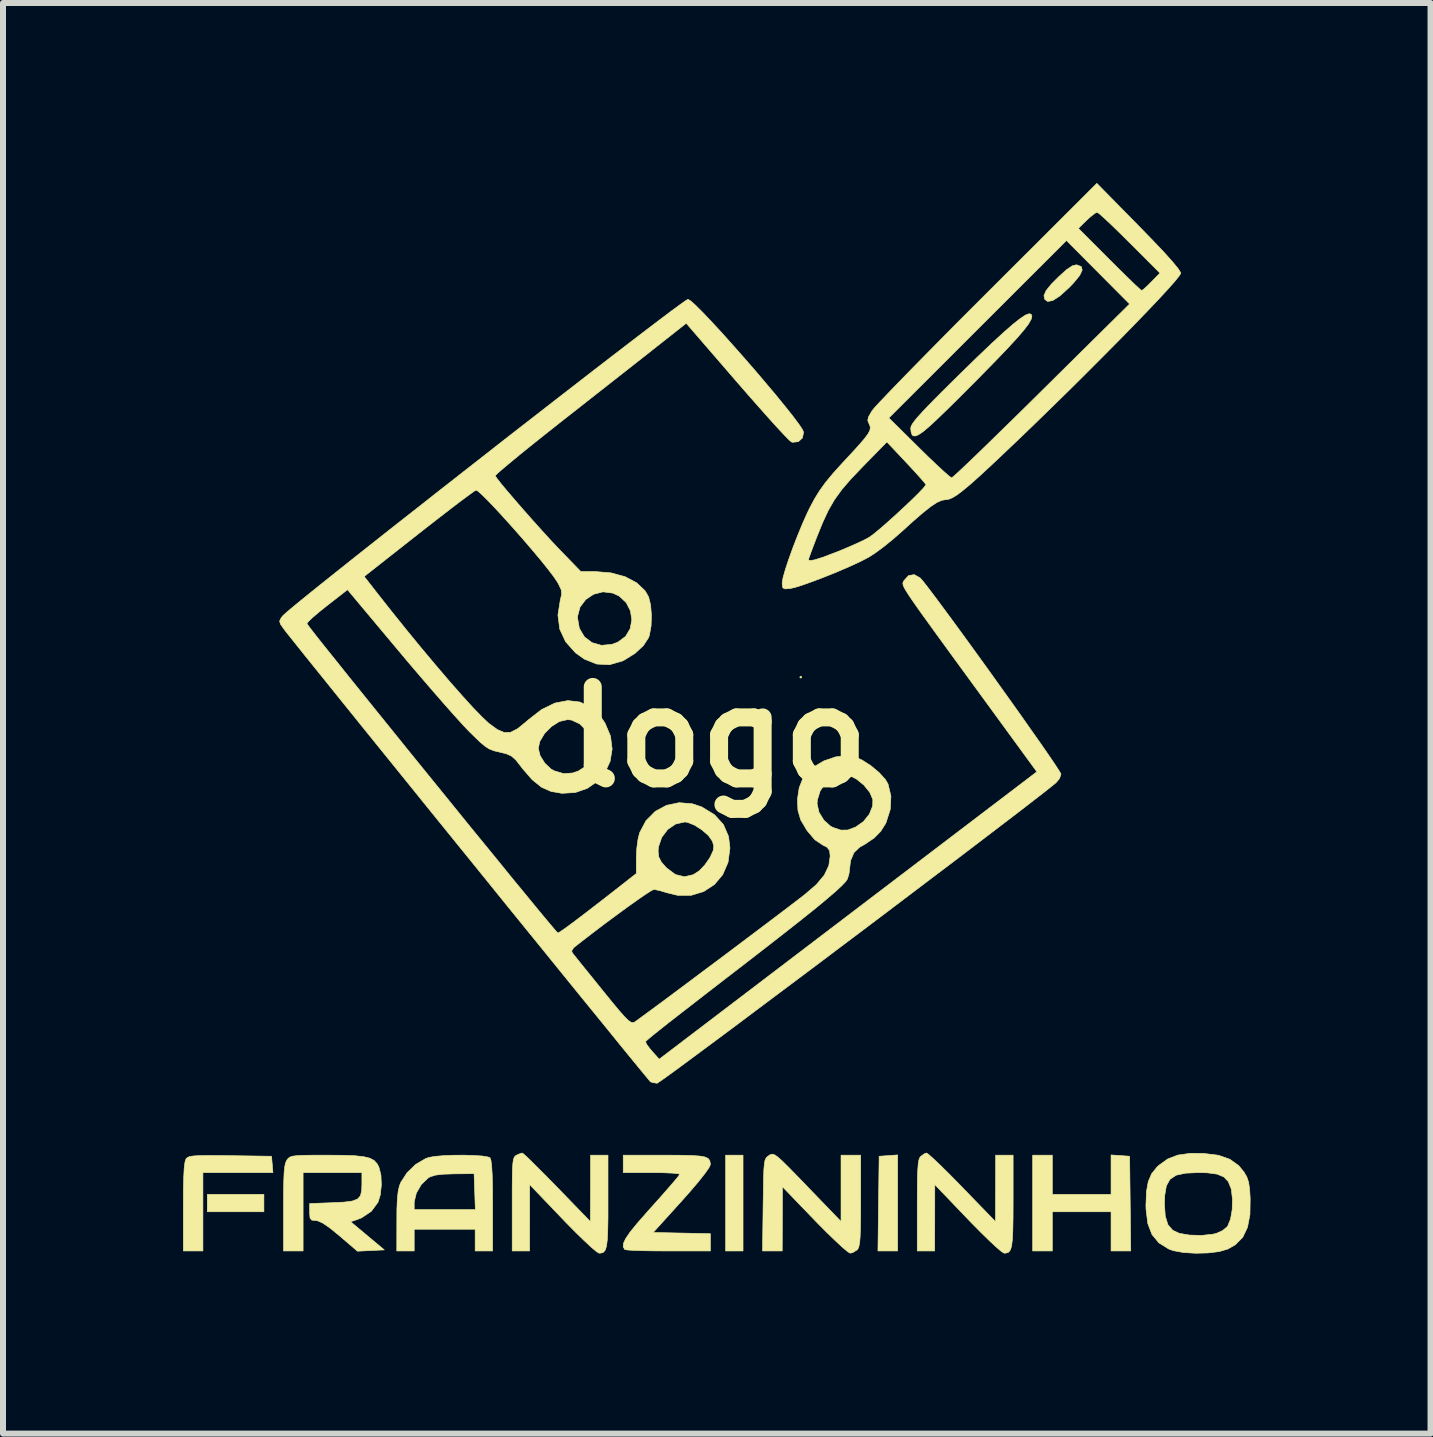
<source format=kicad_pcb>
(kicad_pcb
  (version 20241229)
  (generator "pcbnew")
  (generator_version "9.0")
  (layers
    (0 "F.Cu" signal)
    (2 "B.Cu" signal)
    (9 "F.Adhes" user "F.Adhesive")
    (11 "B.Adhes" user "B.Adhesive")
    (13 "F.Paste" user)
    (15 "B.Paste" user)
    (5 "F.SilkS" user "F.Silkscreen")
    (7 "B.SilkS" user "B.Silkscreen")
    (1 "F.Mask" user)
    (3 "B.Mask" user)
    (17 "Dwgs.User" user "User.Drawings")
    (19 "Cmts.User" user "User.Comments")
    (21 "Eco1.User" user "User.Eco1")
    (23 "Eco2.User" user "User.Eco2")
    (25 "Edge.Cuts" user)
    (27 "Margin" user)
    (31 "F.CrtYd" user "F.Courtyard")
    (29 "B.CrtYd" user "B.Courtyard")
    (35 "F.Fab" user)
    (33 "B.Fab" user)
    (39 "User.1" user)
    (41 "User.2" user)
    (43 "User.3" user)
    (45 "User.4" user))
  (footprint "logo"
    (layer "F.Cu")
    (at 8.931 9.23)
    (property "Reference" "logo" (at 0 0 0) (layer "F.SilkS") (effects (font (size 1.524 1.524) (thickness 0.3))))
    (attr through_hole)
    (fp_poly (pts (xy -7.584 7.91) (xy -8.527 7.91) (xy -8.527 7.62) (xy -7.584 7.62) (xy -7.584 7.91)) (stroke (width 0.01) (type solid)) (fill yes) (layer "F.SilkS"))
    (fp_poly (pts (xy 0.399 8.563) (xy 0.109 8.563) (xy 0.109 6.967) (xy 0.399 6.967) (xy 0.399 8.563)) (stroke (width 0.01) (type solid)) (fill yes) (layer "F.SilkS"))
    (fp_poly (pts (xy 1.379 -0.998) (xy 1.361 -0.98) (xy 1.343 -0.998) (xy 1.361 -1.016) (xy 1.379 -0.998)) (stroke (width 0.01) (type solid)) (fill yes) (layer "F.SilkS"))
    (fp_poly (pts (xy 2.975 8.563) (xy 2.647 8.563) (xy 2.657 7.774) (xy 2.667 6.985) (xy 2.821 6.974) (xy 2.975 6.963) (xy 2.975 8.563)) (stroke (width 0.01) (type solid)) (fill yes) (layer "F.SilkS"))
    (fp_poly (pts (xy 6.686 6.974) (xy 6.84 6.985) (xy 6.85 7.774) (xy 6.859 8.563) (xy 6.531 8.563) (xy 6.531 7.91) (xy 5.552 7.91) (xy 5.552 8.563) (xy 5.225 8.563) (xy 5.225 6.967) (xy 5.552 6.967) (xy 5.552 7.62) (xy 6.531 7.62) (xy 6.531 6.963) (xy 6.686 6.974)) (stroke (width 0.01) (type solid)) (fill yes) (layer "F.SilkS"))
    (fp_poly (pts (xy 5.96 -7.867) (xy 6.034 -7.839) (xy 6.05 -7.781) (xy 6.008 -7.69) (xy 5.905 -7.565) (xy 5.833 -7.49) (xy 5.679 -7.35) (xy 5.56 -7.273) (xy 5.474 -7.257) (xy 5.425 -7.294) (xy 5.413 -7.355) (xy 5.449 -7.438) (xy 5.537 -7.547) (xy 5.662 -7.672) (xy 5.791 -7.788) (xy 5.886 -7.851) (xy 5.954 -7.868) (xy 5.96 -7.867)) (stroke (width 0.01) (type solid)) (fill yes) (layer "F.SilkS"))
    (fp_poly (pts (xy -8.316 6.973) (xy -8.146 6.975) (xy -7.457 6.985) (xy -7.445 7.121) (xy -7.434 7.257) (xy -8.6 7.257) (xy -8.6 8.563) (xy -8.926 8.563) (xy -8.926 7.827) (xy -8.925 7.547) (xy -8.92 7.334) (xy -8.912 7.181) (xy -8.899 7.082) (xy -8.882 7.03) (xy -8.881 7.027) (xy -8.858 7.006) (xy -8.821 6.99) (xy -8.758 6.98) (xy -8.659 6.974) (xy -8.516 6.972) (xy -8.316 6.973)) (stroke (width 0.01) (type solid)) (fill yes) (layer "F.SilkS"))
    (fp_poly (pts (xy 5.199 -7.044) (xy 5.212 -7.011) (xy 5.199 -6.959) (xy 5.157 -6.884) (xy 5.08 -6.783) (xy 4.967 -6.651) (xy 4.813 -6.484) (xy 4.615 -6.277) (xy 4.37 -6.027) (xy 4.232 -5.887) (xy 3.985 -5.64) (xy 3.783 -5.441) (xy 3.622 -5.286) (xy 3.496 -5.17) (xy 3.4 -5.089) (xy 3.328 -5.04) (xy 3.277 -5.017) (xy 3.241 -5.017) (xy 3.217 -5.032) (xy 3.199 -5.083) (xy 3.193 -5.149) (xy 3.203 -5.186) (xy 3.237 -5.241) (xy 3.299 -5.319) (xy 3.394 -5.424) (xy 3.526 -5.562) (xy 3.7 -5.738) (xy 3.921 -5.957) (xy 4.019 -6.053) (xy 4.304 -6.331) (xy 4.543 -6.559) (xy 4.74 -6.74) (xy 4.897 -6.877) (xy 5.018 -6.973) (xy 5.106 -7.031) (xy 5.166 -7.053) (xy 5.199 -7.044)) (stroke (width 0.01) (type solid)) (fill yes) (layer "F.SilkS"))
    (fp_poly (pts (xy 3.493 6.956) (xy 3.571 7.026) (xy 3.684 7.133) (xy 3.823 7.27) (xy 3.981 7.43) (xy 4.051 7.502) (xy 4.605 8.074) (xy 4.607 7.52) (xy 4.608 6.967) (xy 4.899 6.967) (xy 4.899 7.74) (xy 4.898 8.012) (xy 4.894 8.22) (xy 4.887 8.372) (xy 4.874 8.478) (xy 4.854 8.545) (xy 4.826 8.582) (xy 4.788 8.597) (xy 4.75 8.6) (xy 4.707 8.574) (xy 4.624 8.504) (xy 4.507 8.395) (xy 4.365 8.257) (xy 4.206 8.096) (xy 4.141 8.028) (xy 3.594 7.457) (xy 3.592 8.563) (xy 3.302 8.563) (xy 3.302 7.804) (xy 3.303 7.544) (xy 3.305 7.347) (xy 3.311 7.203) (xy 3.319 7.104) (xy 3.331 7.04) (xy 3.348 7.001) (xy 3.359 6.988) (xy 3.422 6.942) (xy 3.457 6.931) (xy 3.493 6.956)) (stroke (width 0.01) (type solid)) (fill yes) (layer "F.SilkS"))
    (fp_poly (pts (xy -3.247 6.956) (xy -3.172 7.025) (xy -3.063 7.133) (xy -2.926 7.27) (xy -2.769 7.429) (xy -2.698 7.502) (xy -2.144 8.074) (xy -2.142 7.52) (xy -2.141 6.967) (xy -1.851 6.967) (xy -1.851 7.74) (xy -1.851 8.012) (xy -1.855 8.22) (xy -1.862 8.372) (xy -1.875 8.478) (xy -1.895 8.545) (xy -1.923 8.582) (xy -1.962 8.597) (xy -2 8.6) (xy -2.042 8.574) (xy -2.126 8.504) (xy -2.243 8.395) (xy -2.385 8.257) (xy -2.544 8.096) (xy -2.609 8.028) (xy -3.156 7.457) (xy -3.157 8.563) (xy -3.447 8.563) (xy -3.447 7.785) (xy -3.447 7.527) (xy -3.445 7.333) (xy -3.442 7.192) (xy -3.435 7.095) (xy -3.425 7.033) (xy -3.41 6.997) (xy -3.39 6.976) (xy -3.377 6.968) (xy -3.309 6.938) (xy -3.279 6.931) (xy -3.247 6.956)) (stroke (width 0.01) (type solid)) (fill yes) (layer "F.SilkS"))
    (fp_poly (pts (xy 0.925 6.961) (xy 0.976 6.996) (xy 1.047 7.059) (xy 1.147 7.157) (xy 1.283 7.296) (xy 1.462 7.481) (xy 1.474 7.494) (xy 2.032 8.072) (xy 2.032 6.967) (xy 2.359 6.967) (xy 2.359 7.726) (xy 2.358 7.986) (xy 2.355 8.184) (xy 2.35 8.327) (xy 2.342 8.426) (xy 2.329 8.49) (xy 2.313 8.529) (xy 2.302 8.543) (xy 2.229 8.589) (xy 2.184 8.6) (xy 2.141 8.574) (xy 2.058 8.504) (xy 1.941 8.396) (xy 1.799 8.259) (xy 1.641 8.1) (xy 1.589 8.046) (xy 1.056 7.493) (xy 1.054 8.028) (xy 1.052 8.563) (xy 0.724 8.563) (xy 0.734 7.797) (xy 0.738 7.542) (xy 0.741 7.351) (xy 0.746 7.212) (xy 0.754 7.117) (xy 0.765 7.055) (xy 0.782 7.016) (xy 0.804 6.992) (xy 0.83 6.973) (xy 0.86 6.955) (xy 0.889 6.95) (xy 0.925 6.961)) (stroke (width 0.01) (type solid)) (fill yes) (layer "F.SilkS"))
    (fp_poly (pts (xy -4.083 6.972) (xy -3.944 6.981) (xy -3.849 6.997) (xy -3.817 7.01) (xy -3.801 7.053) (xy -3.789 7.147) (xy -3.78 7.297) (xy -3.775 7.509) (xy -3.774 7.788) (xy -3.774 7.809) (xy -3.774 8.563) (xy -4.064 8.563) (xy -4.064 8.201) (xy -5.08 8.201) (xy -5.08 8.563) (xy -5.37 8.563) (xy -5.369 8.065) (xy -5.368 7.874) (xy -5.08 7.874) (xy -4.061 7.874) (xy -4.082 7.275) (xy -4.414 7.278) (xy -4.598 7.284) (xy -4.724 7.299) (xy -4.811 7.326) (xy -4.843 7.343) (xy -4.96 7.454) (xy -5.044 7.598) (xy -5.08 7.746) (xy -5.08 7.756) (xy -5.08 7.874) (xy -5.368 7.874) (xy -5.367 7.847) (xy -5.36 7.687) (xy -5.347 7.571) (xy -5.327 7.482) (xy -5.303 7.42) (xy -5.199 7.26) (xy -5.055 7.121) (xy -4.892 7.025) (xy -4.836 7.005) (xy -4.734 6.987) (xy -4.591 6.975) (xy -4.423 6.968) (xy -4.248 6.967) (xy -4.083 6.972)) (stroke (width 0.01) (type solid)) (fill yes) (layer "F.SilkS"))
    (fp_poly (pts (xy -0.659 6.968) (xy -0.467 6.972) (xy -0.329 6.981) (xy -0.237 6.997) (xy -0.182 7.022) (xy -0.155 7.058) (xy -0.146 7.106) (xy -0.146 7.128) (xy -0.171 7.18) (xy -0.239 7.276) (xy -0.345 7.41) (xy -0.483 7.572) (xy -0.622 7.729) (xy -1.098 8.255) (xy -0.621 8.265) (xy -0.145 8.275) (xy -0.145 8.563) (xy -0.847 8.563) (xy -1.065 8.562) (xy -1.259 8.559) (xy -1.415 8.554) (xy -1.523 8.547) (xy -1.571 8.54) (xy -1.572 8.539) (xy -1.597 8.496) (xy -1.594 8.439) (xy -1.558 8.36) (xy -1.485 8.252) (xy -1.37 8.11) (xy -1.21 7.927) (xy -1.126 7.833) (xy -0.98 7.67) (xy -0.853 7.525) (xy -0.751 7.407) (xy -0.682 7.324) (xy -0.655 7.285) (xy -0.654 7.284) (xy -0.688 7.274) (xy -0.781 7.266) (xy -0.919 7.26) (xy -1.09 7.257) (xy -1.125 7.257) (xy -1.597 7.257) (xy -1.597 6.967) (xy -0.914 6.967) (xy -0.659 6.968)) (stroke (width 0.01) (type solid)) (fill yes) (layer "F.SilkS"))
    (fp_poly (pts (xy -6.267 6.969) (xy -6.069 6.976) (xy -5.923 6.992) (xy -5.819 7.017) (xy -5.748 7.055) (xy -5.699 7.108) (xy -5.668 7.165) (xy -5.634 7.298) (xy -5.627 7.464) (xy -5.645 7.63) (xy -5.683 7.751) (xy -5.794 7.902) (xy -5.959 8.012) (xy -6.036 8.042) (xy -6.139 8.076) (xy -5.858 8.311) (xy -5.578 8.545) (xy -5.802 8.556) (xy -6.025 8.567) (xy -6.324 8.311) (xy -6.484 8.18) (xy -6.604 8.098) (xy -6.69 8.06) (xy -6.722 8.056) (xy -6.787 8.049) (xy -6.815 8.014) (xy -6.822 7.93) (xy -6.822 7.914) (xy -6.822 7.773) (xy -6.445 7.759) (xy -6.247 7.749) (xy -6.11 7.731) (xy -6.023 7.698) (xy -5.975 7.643) (xy -5.955 7.559) (xy -5.951 7.452) (xy -5.951 7.257) (xy -6.931 7.257) (xy -6.931 8.563) (xy -7.257 8.563) (xy -7.257 7.846) (xy -7.256 7.59) (xy -7.253 7.396) (xy -7.247 7.256) (xy -7.237 7.158) (xy -7.222 7.093) (xy -7.203 7.051) (xy -7.201 7.048) (xy -7.177 7.018) (xy -7.146 6.997) (xy -7.098 6.982) (xy -7.019 6.974) (xy -6.901 6.969) (xy -6.731 6.967) (xy -6.528 6.967) (xy -6.267 6.969)) (stroke (width 0.01) (type solid)) (fill yes) (layer "F.SilkS"))
    (fp_poly (pts (xy 8.074 6.938) (xy 8.319 6.968) (xy 8.51 7.035) (xy 8.659 7.142) (xy 8.745 7.247) (xy 8.793 7.329) (xy 8.823 7.419) (xy 8.84 7.54) (xy 8.849 7.687) (xy 8.845 7.957) (xy 8.804 8.17) (xy 8.725 8.335) (xy 8.602 8.459) (xy 8.476 8.531) (xy 8.333 8.573) (xy 8.146 8.596) (xy 7.94 8.601) (xy 7.739 8.589) (xy 7.568 8.558) (xy 7.493 8.531) (xy 7.328 8.428) (xy 7.213 8.289) (xy 7.143 8.106) (xy 7.114 7.87) (xy 7.112 7.794) (xy 7.113 7.781) (xy 7.42 7.781) (xy 7.434 7.982) (xy 7.478 8.125) (xy 7.558 8.218) (xy 7.666 8.269) (xy 7.837 8.298) (xy 8.037 8.304) (xy 8.225 8.284) (xy 8.283 8.271) (xy 8.388 8.224) (xy 8.468 8.158) (xy 8.475 8.147) (xy 8.522 8.032) (xy 8.549 7.875) (xy 8.554 7.703) (xy 8.536 7.544) (xy 8.53 7.52) (xy 8.484 7.407) (xy 8.411 7.33) (xy 8.299 7.283) (xy 8.137 7.261) (xy 7.986 7.257) (xy 7.77 7.267) (xy 7.615 7.301) (xy 7.513 7.369) (xy 7.452 7.478) (xy 7.425 7.639) (xy 7.42 7.781) (xy 7.113 7.781) (xy 7.121 7.573) (xy 7.151 7.407) (xy 7.207 7.277) (xy 7.295 7.167) (xy 7.328 7.136) (xy 7.475 7.03) (xy 7.645 6.965) (xy 7.853 6.936) (xy 8.074 6.938)) (stroke (width 0.01) (type solid)) (fill yes) (layer "F.SilkS"))
    (fp_poly (pts (xy 6.993 -8.514) (xy 7.227 -8.273) (xy 7.416 -8.074) (xy 7.557 -7.916) (xy 7.649 -7.804) (xy 7.69 -7.738) (xy 7.693 -7.728) (xy 7.667 -7.684) (xy 7.594 -7.593) (xy 7.478 -7.462) (xy 7.323 -7.294) (xy 7.133 -7.094) (xy 6.914 -6.867) (xy 6.67 -6.617) (xy 6.404 -6.349) (xy 6.123 -6.067) (xy 5.83 -5.776) (xy 5.529 -5.482) (xy 5.226 -5.187) (xy 5.036 -5.004) (xy 4.759 -4.74) (xy 4.529 -4.523) (xy 4.34 -4.348) (xy 4.187 -4.212) (xy 4.065 -4.11) (xy 3.969 -4.037) (xy 3.893 -3.99) (xy 3.833 -3.964) (xy 3.784 -3.955) (xy 3.776 -3.955) (xy 3.709 -3.944) (xy 3.629 -3.908) (xy 3.527 -3.841) (xy 3.397 -3.738) (xy 3.23 -3.593) (xy 3.052 -3.432) (xy 2.898 -3.297) (xy 2.739 -3.168) (xy 2.592 -3.06) (xy 2.49 -2.995) (xy 2.353 -2.924) (xy 2.177 -2.843) (xy 1.978 -2.757) (xy 1.771 -2.673) (xy 1.572 -2.597) (xy 1.396 -2.534) (xy 1.259 -2.491) (xy 1.19 -2.476) (xy 1.101 -2.468) (xy 1.062 -2.486) (xy 1.052 -2.544) (xy 1.052 -2.573) (xy 1.066 -2.656) (xy 1.104 -2.79) (xy 1.158 -2.954) (xy 1.488 -2.954) (xy 1.513 -2.939) (xy 1.592 -2.952) (xy 1.728 -2.995) (xy 1.924 -3.069) (xy 1.969 -3.086) (xy 2.14 -3.157) (xy 2.304 -3.229) (xy 2.438 -3.293) (xy 2.498 -3.326) (xy 2.566 -3.374) (xy 2.668 -3.458) (xy 2.794 -3.567) (xy 2.932 -3.691) (xy 3.072 -3.82) (xy 3.204 -3.945) (xy 3.317 -4.056) (xy 3.4 -4.143) (xy 3.443 -4.196) (xy 3.447 -4.205) (xy 3.423 -4.238) (xy 3.358 -4.313) (xy 3.262 -4.42) (xy 3.144 -4.547) (xy 3.121 -4.572) (xy 2.796 -4.917) (xy 2.387 -4.499) (xy 2.193 -4.296) (xy 2.043 -4.121) (xy 1.923 -3.955) (xy 1.821 -3.778) (xy 1.725 -3.572) (xy 1.622 -3.318) (xy 1.618 -3.307) (xy 1.563 -3.163) (xy 1.52 -3.046) (xy 1.493 -2.972) (xy 1.488 -2.954) (xy 1.158 -2.954) (xy 1.161 -2.962) (xy 1.231 -3.157) (xy 1.31 -3.36) (xy 1.391 -3.557) (xy 1.47 -3.733) (xy 1.507 -3.81) (xy 1.589 -3.965) (xy 1.674 -4.103) (xy 1.772 -4.239) (xy 1.895 -4.388) (xy 2.055 -4.565) (xy 2.15 -4.667) (xy 2.303 -4.833) (xy 2.411 -4.957) (xy 2.48 -5.047) (xy 2.514 -5.113) (xy 2.52 -5.165) (xy 2.504 -5.21) (xy 2.498 -5.221) (xy 2.477 -5.275) (xy 2.486 -5.316) (xy 2.828 -5.316) (xy 3.333 -4.817) (xy 3.49 -4.663) (xy 3.632 -4.528) (xy 3.748 -4.421) (xy 3.832 -4.348) (xy 3.873 -4.318) (xy 3.875 -4.318) (xy 3.907 -4.343) (xy 3.986 -4.414) (xy 4.107 -4.528) (xy 4.265 -4.679) (xy 4.455 -4.863) (xy 4.673 -5.076) (xy 4.915 -5.312) (xy 5.175 -5.568) (xy 5.376 -5.767) (xy 6.84 -7.215) (xy 5.788 -8.273) (xy 4.308 -6.795) (xy 2.828 -5.316) (xy 2.486 -5.316) (xy 2.491 -5.336) (xy 2.544 -5.428) (xy 2.552 -5.44) (xy 2.593 -5.49) (xy 2.682 -5.586) (xy 2.814 -5.725) (xy 2.984 -5.901) (xy 3.187 -6.11) (xy 3.421 -6.348) (xy 3.679 -6.61) (xy 3.958 -6.892) (xy 4.254 -7.188) (xy 4.472 -7.406) (xy 5.543 -8.475) (xy 5.986 -8.475) (xy 6.503 -7.957) (xy 6.661 -7.8) (xy 6.801 -7.662) (xy 6.916 -7.55) (xy 6.998 -7.474) (xy 7.038 -7.44) (xy 7.041 -7.439) (xy 7.075 -7.462) (xy 7.143 -7.524) (xy 7.203 -7.584) (xy 7.346 -7.73) (xy 6.839 -8.237) (xy 6.682 -8.393) (xy 6.541 -8.53) (xy 6.425 -8.639) (xy 6.342 -8.713) (xy 6.3 -8.744) (xy 6.298 -8.745) (xy 6.254 -8.721) (xy 6.179 -8.661) (xy 6.124 -8.61) (xy 5.986 -8.475) (xy 5.543 -8.475) (xy 6.294 -9.225) (xy 6.993 -8.514)) (stroke (width 0.01) (type solid)) (fill yes) (layer "F.SilkS"))
    (fp_poly (pts (xy -0.473 -7.266) (xy -0.389 -7.191) (xy -0.271 -7.073) (xy -0.127 -6.921) (xy 0.038 -6.743) (xy 0.216 -6.544) (xy 0.403 -6.333) (xy 0.591 -6.117) (xy 0.773 -5.903) (xy 0.945 -5.699) (xy 1.098 -5.511) (xy 1.228 -5.348) (xy 1.327 -5.216) (xy 1.389 -5.123) (xy 1.408 -5.079) (xy 1.389 -4.983) (xy 1.321 -4.921) (xy 1.226 -4.911) (xy 1.205 -4.917) (xy 1.168 -4.948) (xy 1.089 -5.029) (xy 0.974 -5.152) (xy 0.83 -5.311) (xy 0.662 -5.5) (xy 0.476 -5.711) (xy 0.298 -5.916) (xy -0.547 -6.894) (xy -1.045 -6.502) (xy -1.191 -6.386) (xy -1.385 -6.234) (xy -1.614 -6.054) (xy -1.87 -5.853) (xy -2.14 -5.641) (xy -2.415 -5.425) (xy -2.642 -5.247) (xy -2.886 -5.054) (xy -3.11 -4.875) (xy -3.31 -4.714) (xy -3.477 -4.576) (xy -3.607 -4.467) (xy -3.693 -4.392) (xy -3.729 -4.355) (xy -3.73 -4.352) (xy -3.7 -4.307) (xy -3.629 -4.217) (xy -3.525 -4.092) (xy -3.397 -3.943) (xy -3.253 -3.777) (xy -3.101 -3.605) (xy -2.95 -3.437) (xy -2.807 -3.28) (xy -2.681 -3.146) (xy -2.649 -3.113) (xy -2.304 -2.757) (xy -2.065 -2.757) (xy -1.8 -2.735) (xy -1.567 -2.672) (xy -1.375 -2.571) (xy -1.235 -2.439) (xy -1.175 -2.337) (xy -1.141 -2.201) (xy -1.127 -2.027) (xy -1.133 -1.849) (xy -1.161 -1.697) (xy -1.174 -1.657) (xy -1.262 -1.522) (xy -1.403 -1.392) (xy -1.58 -1.282) (xy -1.615 -1.265) (xy -1.827 -1.205) (xy -2.039 -1.216) (xy -2.246 -1.299) (xy -2.393 -1.404) (xy -2.557 -1.588) (xy -2.655 -1.799) (xy -2.679 -1.989) (xy -2.359 -1.989) (xy -2.328 -1.81) (xy -2.243 -1.668) (xy -2.116 -1.572) (xy -1.96 -1.528) (xy -1.786 -1.544) (xy -1.688 -1.58) (xy -1.558 -1.676) (xy -1.481 -1.806) (xy -1.454 -1.953) (xy -1.477 -2.102) (xy -1.547 -2.239) (xy -1.664 -2.348) (xy -1.77 -2.398) (xy -1.934 -2.419) (xy -2.09 -2.379) (xy -2.222 -2.291) (xy -2.317 -2.165) (xy -2.358 -2.011) (xy -2.359 -1.989) (xy -2.679 -1.989) (xy -2.685 -2.033) (xy -2.646 -2.281) (xy -2.644 -2.288) (xy -2.623 -2.379) (xy -2.63 -2.453) (xy -2.672 -2.543) (xy -2.695 -2.584) (xy -2.755 -2.673) (xy -2.85 -2.797) (xy -2.972 -2.949) (xy -3.114 -3.118) (xy -3.268 -3.298) (xy -3.427 -3.479) (xy -3.583 -3.652) (xy -3.728 -3.81) (xy -3.855 -3.943) (xy -3.957 -4.044) (xy -4.025 -4.102) (xy -4.049 -4.114) (xy -4.086 -4.092) (xy -4.173 -4.029) (xy -4.303 -3.933) (xy -4.468 -3.807) (xy -4.661 -3.658) (xy -4.876 -3.491) (xy -5.001 -3.393) (xy -5.913 -2.675) (xy -5.726 -2.435) (xy -5.47 -2.11) (xy -5.212 -1.789) (xy -4.959 -1.48) (xy -4.715 -1.189) (xy -4.488 -0.923) (xy -4.281 -0.688) (xy -4.102 -0.491) (xy -3.954 -0.338) (xy -3.844 -0.235) (xy -3.835 -0.227) (xy -3.696 -0.125) (xy -3.581 -0.076) (xy -3.473 -0.079) (xy -3.357 -0.138) (xy -3.216 -0.253) (xy -3.18 -0.285) (xy -2.957 -0.458) (xy -2.735 -0.566) (xy -2.52 -0.607) (xy -2.318 -0.583) (xy -2.134 -0.494) (xy -1.974 -0.34) (xy -1.901 -0.233) (xy -1.809 -0.015) (xy -1.782 0.2) (xy -1.815 0.404) (xy -1.899 0.586) (xy -2.028 0.739) (xy -2.195 0.855) (xy -2.394 0.924) (xy -2.617 0.938) (xy -2.802 0.906) (xy -2.959 0.836) (xy -3.114 0.711) (xy -3.276 0.524) (xy -3.304 0.487) (xy -3.388 0.38) (xy -3.46 0.317) (xy -3.545 0.279) (xy -3.655 0.252) (xy -3.748 0.23) (xy -3.825 0.2) (xy -3.844 0.189) (xy -3.012 0.189) (xy -2.982 0.31) (xy -2.905 0.434) (xy -2.801 0.533) (xy -2.748 0.563) (xy -2.589 0.61) (xy -2.439 0.599) (xy -2.344 0.566) (xy -2.204 0.475) (xy -2.124 0.343) (xy -2.105 0.208) (xy -2.133 0.04) (xy -2.21 -0.108) (xy -2.323 -0.22) (xy -2.458 -0.283) (xy -2.526 -0.29) (xy -2.66 -0.259) (xy -2.793 -0.175) (xy -2.908 -0.059) (xy -2.987 0.074) (xy -3.012 0.189) (xy -3.844 0.189) (xy -3.9 0.153) (xy -3.988 0.079) (xy -4.104 -0.034) (xy -4.175 -0.104) (xy -4.272 -0.207) (xy -4.408 -0.357) (xy -4.574 -0.544) (xy -4.763 -0.761) (xy -4.966 -0.997) (xy -5.177 -1.244) (xy -5.338 -1.436) (xy -6.191 -2.455) (xy -6.534 -2.188) (xy -6.666 -2.082) (xy -6.773 -1.991) (xy -6.844 -1.923) (xy -6.868 -1.889) (xy -6.868 -1.889) (xy -6.844 -1.855) (xy -6.778 -1.769) (xy -6.675 -1.637) (xy -6.537 -1.464) (xy -6.369 -1.255) (xy -6.176 -1.013) (xy -5.96 -0.745) (xy -5.726 -0.455) (xy -5.477 -0.147) (xy -5.219 0.173) (xy -4.953 0.501) (xy -4.685 0.831) (xy -4.419 1.159) (xy -4.158 1.481) (xy -3.905 1.79) (xy -3.666 2.083) (xy -3.445 2.355) (xy -3.243 2.6) (xy -3.067 2.815) (xy -2.92 2.993) (xy -2.805 3.13) (xy -2.727 3.222) (xy -2.69 3.264) (xy -2.687 3.266) (xy -2.645 3.243) (xy -2.546 3.174) (xy -2.392 3.06) (xy -2.182 2.9) (xy -1.917 2.695) (xy -1.676 2.507) (xy -1.379 2.274) (xy -1.379 2.013) (xy -1.373 1.9) (xy -1.016 1.9) (xy -1.005 1.998) (xy -0.963 2.082) (xy -0.877 2.18) (xy -0.875 2.181) (xy -0.728 2.291) (xy -0.579 2.328) (xy -0.43 2.294) (xy -0.328 2.227) (xy -0.236 2.13) (xy -0.154 2.012) (xy -0.141 1.987) (xy -0.096 1.887) (xy -0.088 1.814) (xy -0.112 1.734) (xy -0.113 1.733) (xy -0.177 1.642) (xy -0.283 1.549) (xy -0.407 1.469) (xy -0.524 1.422) (xy -0.571 1.415) (xy -0.723 1.449) (xy -0.856 1.54) (xy -0.956 1.672) (xy -1.01 1.831) (xy -1.016 1.9) (xy -1.373 1.9) (xy -1.371 1.854) (xy -1.35 1.699) (xy -1.323 1.593) (xy -1.217 1.393) (xy -1.064 1.239) (xy -0.876 1.138) (xy -0.666 1.094) (xy -0.445 1.112) (xy -0.29 1.164) (xy -0.078 1.293) (xy 0.072 1.458) (xy 0.158 1.657) (xy 0.181 1.85) (xy 0.149 2.089) (xy 0.06 2.294) (xy -0.078 2.458) (xy -0.256 2.574) (xy -0.462 2.637) (xy -0.689 2.638) (xy -0.871 2.594) (xy -0.98 2.561) (xy -1.068 2.542) (xy -1.088 2.54) (xy -1.132 2.561) (xy -1.224 2.62) (xy -1.356 2.711) (xy -1.518 2.826) (xy -1.701 2.96) (xy -1.897 3.105) (xy -2.096 3.256) (xy -2.29 3.405) (xy -2.423 3.51) (xy -2.457 3.564) (xy -2.442 3.6) (xy -2.409 3.642) (xy -2.338 3.73) (xy -2.236 3.857) (xy -2.111 4.011) (xy -1.971 4.185) (xy -1.944 4.218) (xy -1.786 4.413) (xy -1.665 4.558) (xy -1.577 4.658) (xy -1.513 4.721) (xy -1.468 4.752) (xy -1.435 4.76) (xy -1.414 4.753) (xy -1.373 4.725) (xy -1.281 4.658) (xy -1.145 4.558) (xy -0.971 4.43) (xy -0.767 4.278) (xy -0.539 4.108) (xy -0.295 3.925) (xy -0.04 3.735) (xy 0.217 3.542) (xy 0.471 3.351) (xy 0.714 3.168) (xy 0.939 2.998) (xy 1.14 2.846) (xy 1.31 2.716) (xy 1.423 2.629) (xy 1.62 2.46) (xy 1.753 2.301) (xy 1.828 2.144) (xy 1.851 1.985) (xy 1.841 1.891) (xy 1.8 1.837) (xy 1.728 1.8) (xy 1.594 1.71) (xy 1.464 1.556) (xy 1.361 1.382) (xy 1.314 1.224) (xy 1.309 1.112) (xy 1.633 1.112) (xy 1.664 1.252) (xy 1.746 1.386) (xy 1.859 1.487) (xy 1.897 1.506) (xy 2.03 1.551) (xy 2.145 1.549) (xy 2.275 1.5) (xy 2.405 1.409) (xy 2.504 1.285) (xy 2.559 1.148) (xy 2.562 1.042) (xy 2.511 0.922) (xy 2.413 0.801) (xy 2.289 0.7) (xy 2.202 0.655) (xy 2.052 0.634) (xy 1.907 0.674) (xy 1.781 0.764) (xy 1.686 0.893) (xy 1.637 1.051) (xy 1.633 1.112) (xy 1.309 1.112) (xy 1.306 1.035) (xy 1.335 0.845) (xy 1.399 0.683) (xy 1.427 0.64) (xy 1.568 0.503) (xy 1.748 0.397) (xy 1.945 0.33) (xy 2.137 0.31) (xy 2.247 0.326) (xy 2.381 0.383) (xy 2.527 0.476) (xy 2.664 0.59) (xy 2.77 0.706) (xy 2.815 0.782) (xy 2.863 0.985) (xy 2.852 1.206) (xy 2.783 1.423) (xy 2.775 1.44) (xy 2.693 1.571) (xy 2.585 1.681) (xy 2.431 1.786) (xy 2.34 1.837) (xy 2.248 1.925) (xy 2.191 2.058) (xy 2.178 2.166) (xy 2.165 2.278) (xy 2.138 2.366) (xy 2.105 2.413) (xy 2.039 2.482) (xy 1.937 2.576) (xy 1.796 2.697) (xy 1.613 2.849) (xy 1.383 3.033) (xy 1.105 3.252) (xy 0.774 3.51) (xy 0.454 3.758) (xy 0.09 4.038) (xy -0.219 4.277) (xy -0.478 4.478) (xy -0.692 4.644) (xy -0.863 4.777) (xy -0.996 4.883) (xy -1.095 4.962) (xy -1.163 5.018) (xy -1.205 5.055) (xy -1.224 5.074) (xy -1.225 5.077) (xy -1.209 5.117) (xy -1.156 5.189) (xy -1.117 5.235) (xy -0.998 5.368) (xy 5.295 0.579) (xy 4.26 -0.839) (xy 4 -1.195) (xy 3.78 -1.497) (xy 3.596 -1.75) (xy 3.446 -1.958) (xy 3.325 -2.126) (xy 3.232 -2.259) (xy 3.163 -2.361) (xy 3.114 -2.437) (xy 3.083 -2.492) (xy 3.067 -2.531) (xy 3.062 -2.557) (xy 3.065 -2.577) (xy 3.074 -2.594) (xy 3.081 -2.607) (xy 3.157 -2.69) (xy 3.251 -2.706) (xy 3.347 -2.653) (xy 3.357 -2.644) (xy 3.408 -2.584) (xy 3.493 -2.474) (xy 3.608 -2.322) (xy 3.748 -2.133) (xy 3.909 -1.915) (xy 4.085 -1.674) (xy 4.272 -1.416) (xy 4.465 -1.149) (xy 4.659 -0.878) (xy 4.85 -0.611) (xy 5.033 -0.354) (xy 5.202 -0.113) (xy 5.355 0.104) (xy 5.485 0.292) (xy 5.588 0.443) (xy 5.659 0.552) (xy 5.694 0.611) (xy 5.697 0.618) (xy 5.671 0.693) (xy 5.615 0.76) (xy 5.543 0.819) (xy 5.421 0.916) (xy 5.253 1.046) (xy 5.044 1.208) (xy 4.798 1.396) (xy 4.519 1.609) (xy 4.212 1.843) (xy 3.882 2.094) (xy 3.532 2.358) (xy 3.168 2.634) (xy 2.794 2.917) (xy 2.414 3.204) (xy 2.032 3.491) (xy 1.654 3.776) (xy 1.283 4.054) (xy 0.924 4.323) (xy 0.582 4.579) (xy 0.261 4.82) (xy -0.035 5.04) (xy -0.302 5.238) (xy -0.534 5.41) (xy -0.727 5.552) (xy -0.877 5.661) (xy -0.98 5.734) (xy -1.03 5.767) (xy -1.034 5.769) (xy -1.113 5.756) (xy -1.145 5.742) (xy -1.171 5.711) (xy -1.24 5.628) (xy -1.348 5.497) (xy -1.492 5.321) (xy -1.669 5.104) (xy -1.874 4.851) (xy -2.106 4.566) (xy -2.361 4.253) (xy -2.635 3.915) (xy -2.926 3.556) (xy -3.23 3.182) (xy -3.544 2.795) (xy -3.864 2.399) (xy -4.188 1.999) (xy -4.512 1.599) (xy -4.833 1.203) (xy -5.147 0.814) (xy -5.452 0.437) (xy -5.744 0.076) (xy -6.02 -0.266) (xy -6.276 -0.583) (xy -6.51 -0.874) (xy -6.718 -1.132) (xy -6.897 -1.354) (xy -7.043 -1.537) (xy -7.154 -1.676) (xy -7.227 -1.768) (xy -7.254 -1.804) (xy -7.309 -1.883) (xy -7.322 -1.932) (xy -7.298 -1.982) (xy -7.273 -2.016) (xy -7.23 -2.056) (xy -7.136 -2.137) (xy -6.994 -2.254) (xy -6.808 -2.405) (xy -6.583 -2.586) (xy -6.323 -2.793) (xy -6.033 -3.024) (xy -5.717 -3.274) (xy -5.379 -3.541) (xy -5.023 -3.82) (xy -4.655 -4.11) (xy -4.278 -4.405) (xy -3.896 -4.704) (xy -3.515 -5.002) (xy -3.138 -5.295) (xy -2.769 -5.582) (xy -2.414 -5.857) (xy -2.076 -6.119) (xy -1.759 -6.363) (xy -1.469 -6.586) (xy -1.21 -6.784) (xy -0.985 -6.955) (xy -0.799 -7.095) (xy -0.656 -7.2) (xy -0.562 -7.267) (xy -0.519 -7.293) (xy -0.518 -7.293) (xy -0.473 -7.266)) (stroke (width 0.01) (type solid)) (fill yes) (layer "F.SilkS")))
  (gr_rect
    (start -3 -3)
    (end 20.785 20.836)
    (stroke (width 0.1) (type default))
    (fill no)
    (layer "Edge.Cuts")))
</source>
